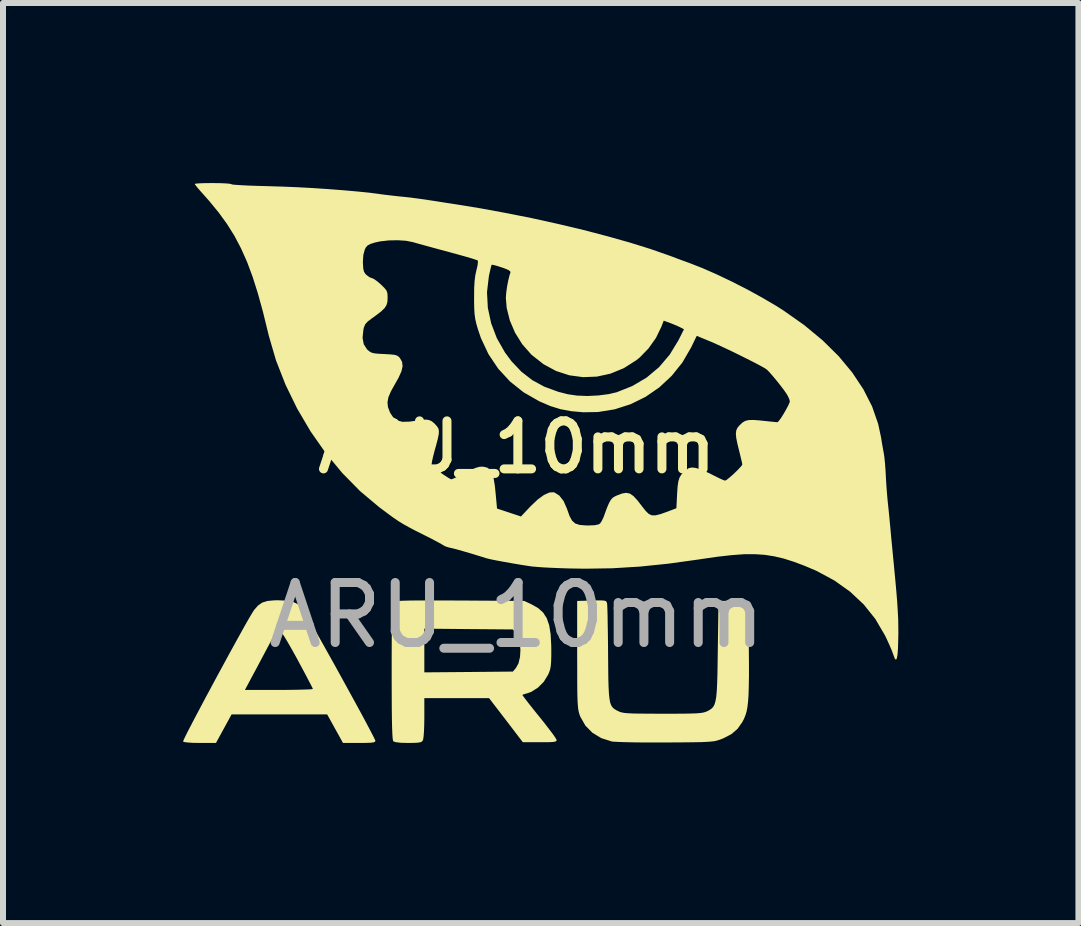
<source format=kicad_pcb>
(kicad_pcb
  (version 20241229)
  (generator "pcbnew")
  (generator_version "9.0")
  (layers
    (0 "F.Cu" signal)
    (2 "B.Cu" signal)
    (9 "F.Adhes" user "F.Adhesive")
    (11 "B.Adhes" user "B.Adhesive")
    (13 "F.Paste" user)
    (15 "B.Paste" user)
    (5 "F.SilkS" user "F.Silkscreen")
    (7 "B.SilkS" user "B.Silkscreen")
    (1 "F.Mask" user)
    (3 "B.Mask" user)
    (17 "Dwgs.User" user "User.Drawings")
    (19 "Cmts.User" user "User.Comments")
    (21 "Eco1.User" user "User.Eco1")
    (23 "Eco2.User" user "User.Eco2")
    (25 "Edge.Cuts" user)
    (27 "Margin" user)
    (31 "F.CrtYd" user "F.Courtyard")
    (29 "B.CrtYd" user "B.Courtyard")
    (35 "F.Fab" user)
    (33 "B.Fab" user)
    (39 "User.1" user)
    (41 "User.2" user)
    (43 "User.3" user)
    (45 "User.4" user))
  (footprint "ARU_10mm"
    (layer "F.Cu")
    (at 5.558 4.799)
    (property "Reference" "ARU_10mm" (at 0 -0.4 0) (unlocked yes) (layer "F.SilkS") (effects (font (size 0.8 0.8) (thickness 0.15))))
    (attr smd board_only exclude_from_pos_files exclude_from_bom allow_missing_courtyard)
    (fp_poly (pts (xy -3.836 2.157) (xy -3.725 2.179) (xy -3.641 2.219) (xy -3.584 2.267) (xy -3.564 2.298) (xy -3.524 2.363) (xy -3.468 2.458) (xy -3.399 2.578) (xy -3.319 2.72) (xy -3.229 2.879) (xy -3.133 3.051) (xy -3.033 3.23) (xy -2.932 3.413) (xy -2.832 3.595) (xy -2.735 3.772) (xy -2.643 3.94) (xy -2.56 4.093) (xy -2.488 4.228) (xy -2.429 4.34) (xy -2.386 4.424) (xy -2.36 4.477) (xy -2.354 4.493) (xy -2.361 4.508) (xy -2.384 4.518) (xy -2.432 4.524) (xy -2.512 4.527) (xy -2.624 4.528) (xy -2.894 4.528) (xy -3.026 4.29) (xy -3.158 4.052) (xy -3.954 4.052) (xy -4.75 4.052) (xy -4.88 4.29) (xy -5.01 4.528) (xy -5.277 4.528) (xy -5.395 4.526) (xy -5.485 4.52) (xy -5.542 4.512) (xy -5.558 4.504) (xy -5.55 4.481) (xy -5.523 4.423) (xy -5.478 4.333) (xy -5.418 4.218) (xy -5.346 4.08) (xy -5.264 3.925) (xy -5.175 3.757) (xy -5.114 3.645) (xy -4.528 3.645) (xy -3.962 3.645) (xy -3.807 3.644) (xy -3.669 3.642) (xy -3.552 3.639) (xy -3.464 3.636) (xy -3.41 3.632) (xy -3.396 3.628) (xy -3.406 3.604) (xy -3.436 3.546) (xy -3.481 3.46) (xy -3.538 3.351) (xy -3.606 3.225) (xy -3.654 3.135) (xy -3.749 2.964) (xy -3.825 2.832) (xy -3.883 2.737) (xy -3.925 2.678) (xy -3.952 2.654) (xy -3.954 2.653) (xy -3.978 2.659) (xy -4.006 2.688) (xy -4.044 2.744) (xy -4.095 2.833) (xy -4.126 2.891) (xy -4.193 3.017) (xy -4.27 3.162) (xy -4.346 3.305) (xy -4.392 3.39) (xy -4.528 3.645) (xy -5.114 3.645) (xy -5.08 3.581) (xy -4.982 3.399) (xy -4.884 3.219) (xy -4.788 3.042) (xy -4.696 2.875) (xy -4.611 2.721) (xy -4.535 2.584) (xy -4.47 2.47) (xy -4.419 2.383) (xy -4.384 2.327) (xy -4.375 2.313) (xy -4.31 2.239) (xy -4.24 2.19) (xy -4.154 2.163) (xy -4.04 2.152) (xy -3.981 2.151)) (stroke (width 0) (type solid)) (fill yes) (layer "F.SilkS"))
    (fp_poly (pts (xy -1.261 2.154) (xy -1.001 2.155) (xy -0.947 2.155) (xy 0.125 2.162) (xy 0.251 2.221) (xy 0.358 2.282) (xy 0.44 2.356) (xy 0.5 2.449) (xy 0.541 2.567) (xy 0.565 2.715) (xy 0.575 2.901) (xy 0.576 2.954) (xy 0.576 3.084) (xy 0.573 3.179) (xy 0.567 3.248) (xy 0.557 3.303) (xy 0.54 3.352) (xy 0.523 3.391) (xy 0.451 3.509) (xy 0.353 3.607) (xy 0.242 3.677) (xy 0.193 3.695) (xy 0.135 3.712) (xy 0.098 3.725) (xy 0.094 3.727) (xy 0.105 3.745) (xy 0.141 3.793) (xy 0.197 3.866) (xy 0.269 3.957) (xy 0.354 4.063) (xy 0.374 4.087) (xy 0.462 4.197) (xy 0.539 4.297) (xy 0.602 4.38) (xy 0.645 4.442) (xy 0.664 4.476) (xy 0.665 4.479) (xy 0.661 4.495) (xy 0.643 4.505) (xy 0.603 4.512) (xy 0.535 4.515) (xy 0.43 4.516) (xy 0.385 4.516) (xy 0.102 4.516) (xy -0.179 4.148) (xy -0.461 3.781) (xy -1 3.781) (xy -1.539 3.781) (xy -1.539 4.11) (xy -1.541 4.234) (xy -1.545 4.342) (xy -1.552 4.426) (xy -1.56 4.476) (xy -1.563 4.484) (xy -1.579 4.504) (xy -1.606 4.517) (xy -1.653 4.524) (xy -1.73 4.527) (xy -1.807 4.528) (xy -1.928 4.525) (xy -2.011 4.516) (xy -2.054 4.502) (xy -2.056 4.5) (xy -2.062 4.482) (xy -2.068 4.439) (xy -2.072 4.37) (xy -2.076 4.27) (xy -2.079 4.138) (xy -2.081 3.971) (xy -2.082 3.765) (xy -2.083 3.519) (xy -2.083 3.337) (xy -2.083 3.075) (xy -2.082 2.855) (xy -2.081 2.673) (xy -2.08 2.624) (xy -1.539 2.624) (xy -1.539 2.988) (xy -1.539 3.352) (xy -0.802 3.346) (xy -0.064 3.339) (xy -0.013 3.279) (xy 0.03 3.201) (xy 0.055 3.096) (xy 0.062 2.978) (xy 0.051 2.86) (xy 0.024 2.759) (xy -0.013 2.697) (xy -0.064 2.637) (xy -0.802 2.631) (xy -1.539 2.624) (xy -2.08 2.624) (xy -2.079 2.526) (xy -2.077 2.41) (xy -2.074 2.321) (xy -2.07 2.257) (xy -2.064 2.214) (xy -2.058 2.188) (xy -2.051 2.175) (xy -2.051 2.175) (xy -2.03 2.168) (xy -1.983 2.163) (xy -1.907 2.159) (xy -1.799 2.156) (xy -1.657 2.154) (xy -1.479 2.154)) (stroke (width 0) (type solid)) (fill yes) (layer "F.SilkS"))
    (fp_poly (pts (xy 1.428 2.154) (xy 1.47 2.159) (xy 1.491 2.169) (xy 1.501 2.188) (xy 1.505 2.201) (xy 1.508 2.235) (xy 1.511 2.309) (xy 1.514 2.417) (xy 1.516 2.553) (xy 1.519 2.713) (xy 1.521 2.889) (xy 1.522 3.034) (xy 1.524 3.257) (xy 1.526 3.439) (xy 1.53 3.586) (xy 1.536 3.701) (xy 1.545 3.788) (xy 1.557 3.854) (xy 1.574 3.901) (xy 1.597 3.936) (xy 1.625 3.961) (xy 1.661 3.983) (xy 1.691 3.998) (xy 1.72 4.011) (xy 1.752 4.02) (xy 1.795 4.028) (xy 1.854 4.033) (xy 1.933 4.037) (xy 2.04 4.039) (xy 2.178 4.04) (xy 2.354 4.041) (xy 2.434 4.041) (xy 2.626 4.041) (xy 2.779 4.04) (xy 2.897 4.038) (xy 2.987 4.035) (xy 3.053 4.03) (xy 3.101 4.023) (xy 3.137 4.014) (xy 3.166 4.003) (xy 3.173 4) (xy 3.214 3.978) (xy 3.247 3.955) (xy 3.274 3.926) (xy 3.295 3.887) (xy 3.311 3.833) (xy 3.324 3.759) (xy 3.333 3.662) (xy 3.339 3.537) (xy 3.344 3.379) (xy 3.347 3.184) (xy 3.35 2.977) (xy 3.362 2.162) (xy 3.611 2.162) (xy 3.86 2.162) (xy 3.867 2.966) (xy 3.869 3.212) (xy 3.869 3.418) (xy 3.866 3.589) (xy 3.862 3.728) (xy 3.854 3.842) (xy 3.843 3.934) (xy 3.828 4.01) (xy 3.808 4.074) (xy 3.784 4.131) (xy 3.757 4.182) (xy 3.678 4.294) (xy 3.578 4.38) (xy 3.448 4.448) (xy 3.404 4.466) (xy 3.367 4.479) (xy 3.33 4.49) (xy 3.288 4.499) (xy 3.235 4.505) (xy 3.168 4.51) (xy 3.079 4.514) (xy 2.965 4.516) (xy 2.82 4.518) (xy 2.638 4.519) (xy 2.479 4.52) (xy 2.289 4.52) (xy 2.11 4.52) (xy 1.947 4.518) (xy 1.807 4.515) (xy 1.695 4.511) (xy 1.618 4.507) (xy 1.586 4.504) (xy 1.41 4.448) (xy 1.262 4.359) (xy 1.144 4.239) (xy 1.06 4.092) (xy 1.052 4.071) (xy 1.041 4.038) (xy 1.032 4.003) (xy 1.024 3.961) (xy 1.019 3.908) (xy 1.014 3.838) (xy 1.011 3.747) (xy 1.009 3.631) (xy 1.008 3.484) (xy 1.008 3.301) (xy 1.007 3.078) (xy 1.007 3.056) (xy 1.007 2.162) (xy 1.25 2.156) (xy 1.357 2.153)) (stroke (width 0) (type solid)) (fill yes) (layer "F.SilkS"))
    (fp_poly (pts (xy -4.948 -4.798) (xy -4.855 -4.794) (xy -4.788 -4.789) (xy -4.756 -4.782) (xy -4.754 -4.78) (xy -4.732 -4.774) (xy -4.671 -4.769) (xy -4.576 -4.763) (xy -4.453 -4.757) (xy -4.308 -4.752) (xy -4.146 -4.748) (xy -4.126 -4.747) (xy -3.897 -4.74) (xy -3.651 -4.73) (xy -3.396 -4.716) (xy -3.141 -4.699) (xy -2.895 -4.68) (xy -2.667 -4.66) (xy -2.466 -4.64) (xy -2.301 -4.619) (xy -2.298 -4.618) (xy -2.201 -4.605) (xy -2.081 -4.591) (xy -1.957 -4.577) (xy -1.913 -4.573) (xy -1.782 -4.559) (xy -1.637 -4.54) (xy -1.502 -4.521) (xy -1.471 -4.516) (xy -1.345 -4.497) (xy -1.201 -4.474) (xy -1.064 -4.453) (xy -1.03 -4.448) (xy -0.601 -4.378) (xy -0.166 -4.298) (xy 0.27 -4.211) (xy 0.699 -4.116) (xy 1.115 -4.017) (xy 1.512 -3.913) (xy 1.885 -3.808) (xy 2.225 -3.702) (xy 2.529 -3.596) (xy 2.581 -3.577) (xy 2.684 -3.538) (xy 2.79 -3.499) (xy 2.878 -3.467) (xy 2.878 -3.467) (xy 3.093 -3.383) (xy 3.332 -3.278) (xy 3.586 -3.157) (xy 3.843 -3.026) (xy 4.092 -2.889) (xy 4.322 -2.754) (xy 4.448 -2.674) (xy 4.79 -2.433) (xy 5.095 -2.18) (xy 5.362 -1.917) (xy 5.589 -1.644) (xy 5.775 -1.364) (xy 5.92 -1.079) (xy 6.021 -0.789) (xy 6.069 -0.566) (xy 6.085 -0.466) (xy 6.103 -0.364) (xy 6.114 -0.306) (xy 6.125 -0.234) (xy 6.135 -0.134) (xy 6.144 -0.019) (xy 6.148 0.057) (xy 6.155 0.187) (xy 6.165 0.328) (xy 6.176 0.458) (xy 6.181 0.509) (xy 6.193 0.622) (xy 6.207 0.759) (xy 6.22 0.898) (xy 6.227 0.973) (xy 6.238 1.097) (xy 6.253 1.248) (xy 6.268 1.408) (xy 6.283 1.558) (xy 6.284 1.573) (xy 6.307 1.812) (xy 6.325 2.013) (xy 6.339 2.183) (xy 6.348 2.331) (xy 6.355 2.463) (xy 6.357 2.587) (xy 6.358 2.709) (xy 6.356 2.794) (xy 6.352 2.947) (xy 6.344 3.055) (xy 6.332 3.12) (xy 6.317 3.142) (xy 6.298 3.121) (xy 6.275 3.059) (xy 6.272 3.051) (xy 6.25 2.99) (xy 6.212 2.902) (xy 6.166 2.801) (xy 6.132 2.731) (xy 5.974 2.462) (xy 5.782 2.222) (xy 5.554 2.008) (xy 5.291 1.821) (xy 4.992 1.66) (xy 4.799 1.578) (xy 4.618 1.51) (xy 4.451 1.457) (xy 4.291 1.419) (xy 4.131 1.394) (xy 3.964 1.383) (xy 3.783 1.384) (xy 3.581 1.399) (xy 3.35 1.425) (xy 3.084 1.463) (xy 3.034 1.471) (xy 2.529 1.541) (xy 2.052 1.59) (xy 1.591 1.618) (xy 1.135 1.625) (xy 0.883 1.621) (xy 0.726 1.616) (xy 0.576 1.61) (xy 0.442 1.603) (xy 0.332 1.595) (xy 0.255 1.588) (xy 0.238 1.586) (xy 0.089 1.563) (xy -0.06 1.538) (xy -0.201 1.513) (xy -0.326 1.49) (xy -0.426 1.47) (xy -0.492 1.454) (xy -0.505 1.451) (xy -0.636 1.41) (xy -0.767 1.37) (xy -0.891 1.334) (xy -0.997 1.304) (xy -1.078 1.283) (xy -1.121 1.274) (xy -1.181 1.256) (xy -1.222 1.235) (xy -1.254 1.215) (xy -1.319 1.18) (xy -1.406 1.133) (xy -1.509 1.081) (xy -1.539 1.066) (xy -1.681 0.995) (xy -1.793 0.936) (xy -1.886 0.884) (xy -1.971 0.832) (xy -2.058 0.773) (xy -2.158 0.699) (xy -2.283 0.606) (xy -2.297 0.595) (xy -2.61 0.332) (xy -2.906 0.031) (xy -3.182 -0.302) (xy -3.434 -0.662) (xy -3.658 -1.043) (xy -3.851 -1.439) (xy -4.01 -1.845) (xy -4.12 -2.222) (xy -2.568 -2.222) (xy -2.548 -2.114) (xy -2.494 -2.03) (xy -2.488 -2.024) (xy -2.453 -1.994) (xy -2.417 -1.974) (xy -2.368 -1.962) (xy -2.295 -1.955) (xy -2.206 -1.951) (xy -2.105 -1.945) (xy -2.038 -1.938) (xy -1.995 -1.926) (xy -1.967 -1.907) (xy -1.946 -1.885) (xy -1.91 -1.821) (xy -1.901 -1.749) (xy -1.92 -1.664) (xy -1.968 -1.557) (xy -2.024 -1.458) (xy -2.094 -1.333) (xy -2.137 -1.233) (xy -2.153 -1.147) (xy -2.145 -1.067) (xy -2.113 -0.983) (xy -2.105 -0.967) (xy -2.054 -0.89) (xy -1.989 -0.843) (xy -1.902 -0.822) (xy -1.786 -0.825) (xy -1.716 -0.835) (xy -1.601 -0.853) (xy -1.519 -0.859) (xy -1.461 -0.852) (xy -1.415 -0.831) (xy -1.372 -0.795) (xy -1.36 -0.783) (xy -1.327 -0.746) (xy -1.305 -0.711) (xy -1.296 -0.671) (xy -1.299 -0.616) (xy -1.314 -0.54) (xy -1.342 -0.433) (xy -1.368 -0.341) (xy -1.392 -0.247) (xy -1.41 -0.168) (xy -1.418 -0.115) (xy -1.418 -0.101) (xy -1.395 -0.075) (xy -1.345 -0.034) (xy -1.28 0.016) (xy -1.21 0.065) (xy -1.147 0.106) (xy -1.102 0.132) (xy -1.089 0.136) (xy -1.06 0.126) (xy -1 0.099) (xy -0.92 0.06) (xy -0.855 0.027) (xy -0.753 -0.025) (xy -0.679 -0.056) (xy -0.622 -0.072) (xy -0.572 -0.075) (xy -0.552 -0.073) (xy -0.492 -0.059) (xy -0.446 -0.026) (xy -0.411 0.03) (xy -0.385 0.117) (xy -0.365 0.239) (xy -0.352 0.362) (xy -0.328 0.623) (xy -0.129 0.689) (xy 0.071 0.755) (xy 0.233 0.583) (xy 0.35 0.472) (xy 0.455 0.396) (xy 0.547 0.355) (xy 0.62 0.352) (xy 0.628 0.355) (xy 0.71 0.407) (xy 0.781 0.498) (xy 0.836 0.623) (xy 0.839 0.632) (xy 0.88 0.747) (xy 0.922 0.824) (xy 0.975 0.872) (xy 1.048 0.896) (xy 1.151 0.904) (xy 1.193 0.905) (xy 1.296 0.901) (xy 1.361 0.888) (xy 1.389 0.872) (xy 1.416 0.831) (xy 1.447 0.766) (xy 1.46 0.73) (xy 1.502 0.615) (xy 1.536 0.535) (xy 1.566 0.481) (xy 1.597 0.445) (xy 1.637 0.42) (xy 1.67 0.405) (xy 1.757 0.372) (xy 1.826 0.361) (xy 1.886 0.374) (xy 1.946 0.416) (xy 2.013 0.489) (xy 2.085 0.582) (xy 2.147 0.661) (xy 2.199 0.712) (xy 2.251 0.736) (xy 2.314 0.736) (xy 2.398 0.715) (xy 2.513 0.674) (xy 2.66 0.618) (xy 2.672 0.383) (xy 2.68 0.258) (xy 2.693 0.169) (xy 2.714 0.103) (xy 2.746 0.052) (xy 2.794 0.003) (xy 2.81 -0.01) (xy 2.865 -0.05) (xy 2.917 -0.061) (xy 2.975 -0.055) (xy 3.037 -0.038) (xy 3.123 -0.004) (xy 3.219 0.04) (xy 3.256 0.059) (xy 3.341 0.102) (xy 3.413 0.136) (xy 3.46 0.155) (xy 3.471 0.158) (xy 3.5 0.143) (xy 3.548 0.104) (xy 3.608 0.052) (xy 3.668 -0.006) (xy 3.719 -0.059) (xy 3.752 -0.098) (xy 3.758 -0.112) (xy 3.753 -0.142) (xy 3.738 -0.205) (xy 3.718 -0.288) (xy 3.71 -0.321) (xy 3.677 -0.455) (xy 3.657 -0.554) (xy 3.651 -0.626) (xy 3.658 -0.68) (xy 3.678 -0.723) (xy 3.712 -0.764) (xy 3.713 -0.764) (xy 3.76 -0.809) (xy 3.807 -0.837) (xy 3.865 -0.851) (xy 3.942 -0.853) (xy 4.05 -0.845) (xy 4.105 -0.839) (xy 4.2 -0.829) (xy 4.279 -0.821) (xy 4.33 -0.816) (xy 4.343 -0.815) (xy 4.364 -0.833) (xy 4.4 -0.881) (xy 4.442 -0.947) (xy 4.484 -1.02) (xy 4.521 -1.089) (xy 4.545 -1.142) (xy 4.55 -1.165) (xy 4.539 -1.205) (xy 4.51 -1.264) (xy 4.496 -1.287) (xy 4.454 -1.348) (xy 4.395 -1.426) (xy 4.328 -1.51) (xy 4.262 -1.589) (xy 4.205 -1.654) (xy 4.166 -1.693) (xy 4.166 -1.693) (xy 4.128 -1.718) (xy 4.056 -1.758) (xy 3.958 -1.81) (xy 3.841 -1.869) (xy 3.713 -1.933) (xy 3.582 -1.997) (xy 3.455 -2.057) (xy 3.34 -2.11) (xy 3.244 -2.153) (xy 3.226 -2.16) (xy 2.999 -2.254) (xy 2.905 -2.06) (xy 2.76 -1.81) (xy 2.582 -1.588) (xy 2.376 -1.396) (xy 2.147 -1.238) (xy 1.897 -1.115) (xy 1.632 -1.03) (xy 1.355 -0.985) (xy 1.109 -0.981) (xy 0.907 -0.999) (xy 0.73 -1.032) (xy 0.559 -1.085) (xy 0.376 -1.164) (xy 0.37 -1.167) (xy 0.114 -1.314) (xy -0.113 -1.495) (xy -0.308 -1.707) (xy -0.47 -1.948) (xy -0.596 -2.216) (xy -0.647 -2.366) (xy -0.673 -2.456) (xy -0.691 -2.536) (xy -0.702 -2.618) (xy -0.708 -2.714) (xy -0.71 -2.838) (xy -0.71 -2.886) (xy -0.709 -2.981) (xy -0.495 -2.981) (xy -0.481 -2.721) (xy -0.426 -2.464) (xy -0.331 -2.215) (xy -0.197 -1.979) (xy -0.087 -1.831) (xy 0.078 -1.657) (xy 0.258 -1.517) (xy 0.46 -1.407) (xy 0.692 -1.322) (xy 0.852 -1.281) (xy 1.002 -1.259) (xy 1.177 -1.252) (xy 1.36 -1.261) (xy 1.532 -1.283) (xy 1.664 -1.314) (xy 1.926 -1.418) (xy 2.163 -1.558) (xy 2.371 -1.732) (xy 2.548 -1.94) (xy 2.693 -2.178) (xy 2.696 -2.183) (xy 2.786 -2.363) (xy 2.723 -2.397) (xy 2.663 -2.425) (xy 2.585 -2.457) (xy 2.554 -2.469) (xy 2.449 -2.507) (xy 2.409 -2.403) (xy 2.32 -2.22) (xy 2.197 -2.046) (xy 2.051 -1.895) (xy 1.994 -1.849) (xy 1.785 -1.716) (xy 1.564 -1.625) (xy 1.336 -1.575) (xy 1.105 -1.566) (xy 0.876 -1.597) (xy 0.655 -1.669) (xy 0.446 -1.782) (xy 0.253 -1.934) (xy 0.238 -1.948) (xy 0.091 -2.116) (xy -0.028 -2.307) (xy -0.115 -2.511) (xy -0.167 -2.719) (xy -0.181 -2.884) (xy -0.175 -2.97) (xy -0.161 -3.073) (xy -0.141 -3.177) (xy -0.119 -3.265) (xy -0.105 -3.306) (xy -0.107 -3.327) (xy -0.136 -3.35) (xy -0.2 -3.377) (xy -0.249 -3.394) (xy -0.327 -3.419) (xy -0.386 -3.435) (xy -0.416 -3.439) (xy -0.417 -3.439) (xy -0.426 -3.414) (xy -0.44 -3.355) (xy -0.458 -3.274) (xy -0.465 -3.238) (xy -0.495 -2.981) (xy -0.709 -2.981) (xy -0.709 -3.043) (xy -0.702 -3.165) (xy -0.69 -3.263) (xy -0.671 -3.348) (xy -0.671 -3.348) (xy -0.653 -3.424) (xy -0.646 -3.482) (xy -0.649 -3.51) (xy -0.676 -3.52) (xy -0.739 -3.541) (xy -0.834 -3.569) (xy -0.952 -3.602) (xy -1.087 -3.639) (xy -1.143 -3.655) (xy -1.291 -3.694) (xy -1.43 -3.732) (xy -1.554 -3.766) (xy -1.652 -3.793) (xy -1.718 -3.812) (xy -1.729 -3.815) (xy -1.843 -3.838) (xy -1.983 -3.847) (xy -2.132 -3.844) (xy -2.273 -3.828) (xy -2.358 -3.81) (xy -2.437 -3.785) (xy -2.484 -3.76) (xy -2.514 -3.726) (xy -2.531 -3.691) (xy -2.555 -3.603) (xy -2.563 -3.487) (xy -2.562 -3.464) (xy -2.557 -3.379) (xy -2.545 -3.325) (xy -2.522 -3.287) (xy -2.5 -3.266) (xy -2.451 -3.23) (xy -2.411 -3.215) (xy -2.409 -3.215) (xy -2.376 -3.2) (xy -2.323 -3.162) (xy -2.263 -3.11) (xy -2.203 -3.051) (xy -2.169 -3.008) (xy -2.154 -2.964) (xy -2.151 -2.904) (xy -2.151 -2.883) (xy -2.154 -2.819) (xy -2.17 -2.765) (xy -2.202 -2.715) (xy -2.258 -2.661) (xy -2.343 -2.596) (xy -2.415 -2.544) (xy -2.483 -2.492) (xy -2.523 -2.448) (xy -2.545 -2.396) (xy -2.554 -2.357) (xy -2.568 -2.222) (xy -4.12 -2.222) (xy -4.13 -2.256) (xy -4.14 -2.298) (xy -4.226 -2.649) (xy -4.312 -2.961) (xy -4.4 -3.239) (xy -4.493 -3.488) (xy -4.594 -3.714) (xy -4.704 -3.923) (xy -4.828 -4.12) (xy -4.966 -4.31) (xy -5.122 -4.5) (xy -5.199 -4.587) (xy -5.266 -4.662) (xy -5.321 -4.726) (xy -5.355 -4.769) (xy -5.365 -4.785) (xy -5.344 -4.79) (xy -5.286 -4.795) (xy -5.199 -4.798) (xy -5.091 -4.799) (xy -5.06 -4.799)) (stroke (width 0) (type solid)) (fill yes) (layer "F.SilkS"))
    (fp_text user "${REFERENCE}" (at 0 2.4 0) (unlocked yes) (layer "F.Fab") (effects (font (size 1 1) (thickness 0.15)))))
  (gr_rect
    (start -3 -3)
    (end 14.916 12.327)
    (stroke (width 0.1) (type default))
    (fill no)
    (layer "Edge.Cuts")))
</source>
